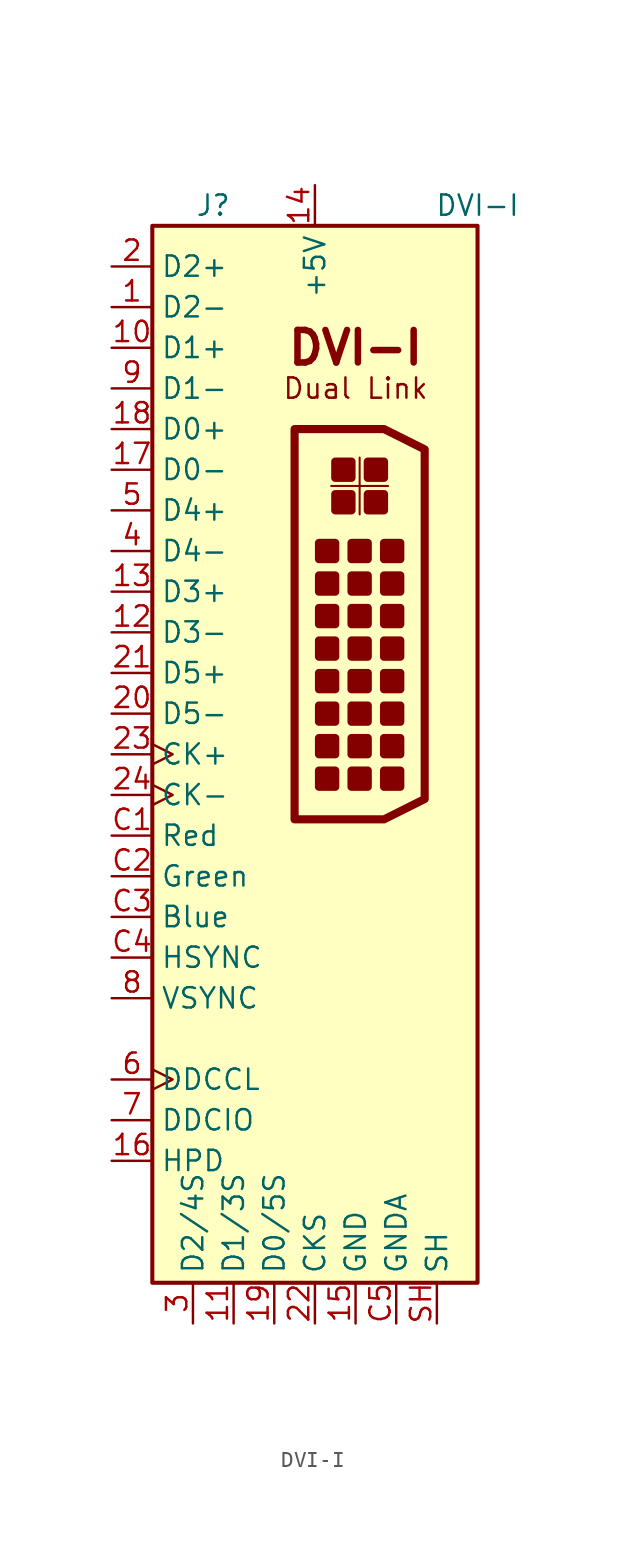
<source format=kicad_sym>
(kicad_symbol_lib
  (version 20231120)
  (generator "kicad_symbol_editor")
  (generator_version "8.0")
  (symbol "DVI-I"
    (property "Reference" "J"
      (at -6.35 34.29 0)
      (effects (font (size 1.27 1.27))))
    (property "Value" "DVI-I"
      (at 10.16 34.29 0)
      (effects (font (size 1.27 1.27))))
    (symbol "DVI-I_0_0"
      (polyline (pts (xy -1.27 20.32) (xy 4.318 20.32) (xy 6.858 19.05) (xy 6.858 -2.794) (xy 4.318 -4.064) (xy -1.27 -4.064) (xy -1.27 20.32)) (stroke (width 0.508) (type solid)) (fill (type none)))
      (text "Dual Link" (at 2.54 22.86 0) (effects (font (size 1.27 1.27))))
      (text "DVI-I" (at 2.54 25.4 0) (effects (font (size 2.032 2.032) (bold yes)))))
    (symbol "DVI-I_0_1"
      (rectangle (start -10.16 33.02) (end 10.16 -33.02) (stroke (width 0.254) (type solid)) (fill (type background))))
    (symbol "DVI-I_1_1"
      (polyline (pts (xy 1.016 16.764) (xy 4.572 16.764)) (stroke (width 0.127) (type solid)) (fill (type none)))
      (polyline (pts (xy 2.794 18.542) (xy 2.794 14.986)) (stroke (width 0.127) (type solid)) (fill (type none)))
      (rectangle (start 0.254 -1.016) (end 1.27 -2.032) (stroke (width 0.508) (type solid)) (fill (type outline)))
      (rectangle (start 0.254 1.016) (end 1.27 0) (stroke (width 0.508) (type solid)) (fill (type outline)))
      (rectangle (start 0.254 3.048) (end 1.27 2.032) (stroke (width 0.508) (type solid)) (fill (type outline)))
      (rectangle (start 0.254 5.08) (end 1.27 4.064) (stroke (width 0.508) (type solid)) (fill (type outline)))
      (rectangle (start 0.254 7.112) (end 1.27 6.096) (stroke (width 0.508) (type solid)) (fill (type outline)))
      (rectangle (start 0.254 9.144) (end 1.27 8.128) (stroke (width 0.508) (type solid)) (fill (type outline)))
      (rectangle (start 0.254 11.176) (end 1.27 10.16) (stroke (width 0.508) (type solid)) (fill (type outline)))
      (rectangle (start 0.254 13.208) (end 1.27 12.192) (stroke (width 0.508) (type solid)) (fill (type outline)))
      (rectangle (start 1.27 16.256) (end 2.286 15.24) (stroke (width 0.508) (type solid)) (fill (type outline)))
      (rectangle (start 1.27 18.288) (end 2.286 17.272) (stroke (width 0.508) (type solid)) (fill (type outline)))
      (rectangle (start 2.286 -1.016) (end 3.302 -2.032) (stroke (width 0.508) (type solid)) (fill (type outline)))
      (rectangle (start 2.286 1.016) (end 3.302 0) (stroke (width 0.508) (type solid)) (fill (type outline)))
      (rectangle (start 2.286 3.048) (end 3.302 2.032) (stroke (width 0.508) (type solid)) (fill (type outline)))
      (rectangle (start 2.286 5.08) (end 3.302 4.064) (stroke (width 0.508) (type solid)) (fill (type outline)))
      (rectangle (start 2.286 7.112) (end 3.302 6.096) (stroke (width 0.508) (type solid)) (fill (type outline)))
      (rectangle (start 2.286 9.144) (end 3.302 8.128) (stroke (width 0.508) (type solid)) (fill (type outline)))
      (rectangle (start 2.286 11.176) (end 3.302 10.16) (stroke (width 0.508) (type solid)) (fill (type outline)))
      (rectangle (start 2.286 13.208) (end 3.302 12.192) (stroke (width 0.508) (type solid)) (fill (type outline)))
      (rectangle (start 3.302 16.256) (end 4.318 15.24) (stroke (width 0.508) (type solid)) (fill (type outline)))
      (rectangle (start 3.302 18.288) (end 4.318 17.272) (stroke (width 0.508) (type solid)) (fill (type outline)))
      (rectangle (start 4.318 -1.016) (end 5.334 -2.032) (stroke (width 0.508) (type solid)) (fill (type outline)))
      (rectangle (start 4.318 1.016) (end 5.334 0) (stroke (width 0.508) (type solid)) (fill (type outline)))
      (rectangle (start 4.318 3.048) (end 5.334 2.032) (stroke (width 0.508) (type solid)) (fill (type outline)))
      (rectangle (start 4.318 5.08) (end 5.334 4.064) (stroke (width 0.508) (type solid)) (fill (type outline)))
      (rectangle (start 4.318 7.112) (end 5.334 6.096) (stroke (width 0.508) (type solid)) (fill (type outline)))
      (rectangle (start 4.318 9.144) (end 5.334 8.128) (stroke (width 0.508) (type solid)) (fill (type outline)))
      (rectangle (start 4.318 11.176) (end 5.334 10.16) (stroke (width 0.508) (type solid)) (fill (type outline)))
      (rectangle (start 4.318 13.208) (end 5.334 12.192) (stroke (width 0.508) (type solid)) (fill (type outline)))
      (pin passive line (at -12.7 27.94 0) (length 2.54) (name "D2-" (effects (font (size 1.27 1.27)))) (number "1" (effects (font (size 1.27 1.27)))))
      (pin passive line (at -12.7 25.4 0) (length 2.54) (name "D1+" (effects (font (size 1.27 1.27)))) (number "10" (effects (font (size 1.27 1.27)))))
      (pin passive line (at -5.08 -35.56 90) (length 2.54) (name "D1/3S" (effects (font (size 1.27 1.27)))) (number "11" (effects (font (size 1.27 1.27)))))
      (pin passive line (at -12.7 7.62 0) (length 2.54) (name "D3-" (effects (font (size 1.27 1.27)))) (number "12" (effects (font (size 1.27 1.27)))))
      (pin passive line (at -12.7 10.16 0) (length 2.54) (name "D3+" (effects (font (size 1.27 1.27)))) (number "13" (effects (font (size 1.27 1.27)))))
      (pin power_in line (at 0 35.56 270) (length 2.54) (name "+5V" (effects (font (size 1.27 1.27)))) (number "14" (effects (font (size 1.27 1.27)))))
      (pin power_in line (at 2.54 -35.56 90) (length 2.54) (name "GND" (effects (font (size 1.27 1.27)))) (number "15" (effects (font (size 1.27 1.27)))))
      (pin passive line (at -12.7 -25.4 0) (length 2.54) (name "HPD" (effects (font (size 1.27 1.27)))) (number "16" (effects (font (size 1.27 1.27)))))
      (pin passive line (at -12.7 17.78 0) (length 2.54) (name "D0-" (effects (font (size 1.27 1.27)))) (number "17" (effects (font (size 1.27 1.27)))))
      (pin passive line (at -12.7 20.32 0) (length 2.54) (name "D0+" (effects (font (size 1.27 1.27)))) (number "18" (effects (font (size 1.27 1.27)))))
      (pin passive line (at -2.54 -35.56 90) (length 2.54) (name "D0/5S" (effects (font (size 1.27 1.27)))) (number "19" (effects (font (size 1.27 1.27)))))
      (pin passive line (at -12.7 30.48 0) (length 2.54) (name "D2+" (effects (font (size 1.27 1.27)))) (number "2" (effects (font (size 1.27 1.27)))))
      (pin passive line (at -12.7 2.54 0) (length 2.54) (name "D5-" (effects (font (size 1.27 1.27)))) (number "20" (effects (font (size 1.27 1.27)))))
      (pin passive line (at -12.7 5.08 0) (length 2.54) (name "D5+" (effects (font (size 1.27 1.27)))) (number "21" (effects (font (size 1.27 1.27)))))
      (pin passive line (at 0 -35.56 90) (length 2.54) (name "CKS" (effects (font (size 1.27 1.27)))) (number "22" (effects (font (size 1.27 1.27)))))
      (pin passive clock (at -12.7 0 0) (length 2.54) (name "CK+" (effects (font (size 1.27 1.27)))) (number "23" (effects (font (size 1.27 1.27)))))
      (pin passive clock (at -12.7 -2.54 0) (length 2.54) (name "CK-" (effects (font (size 1.27 1.27)))) (number "24" (effects (font (size 1.27 1.27)))))
      (pin passive line (at -7.62 -35.56 90) (length 2.54) (name "D2/4S" (effects (font (size 1.27 1.27)))) (number "3" (effects (font (size 1.27 1.27)))))
      (pin passive line (at -12.7 12.7 0) (length 2.54) (name "D4-" (effects (font (size 1.27 1.27)))) (number "4" (effects (font (size 1.27 1.27)))))
      (pin passive line (at -12.7 15.24 0) (length 2.54) (name "D4+" (effects (font (size 1.27 1.27)))) (number "5" (effects (font (size 1.27 1.27)))))
      (pin passive clock (at -12.7 -20.32 0) (length 2.54) (name "DDCCL" (effects (font (size 1.27 1.27)))) (number "6" (effects (font (size 1.27 1.27)))))
      (pin bidirectional line (at -12.7 -22.86 0) (length 2.54) (name "DDCIO" (effects (font (size 1.27 1.27)))) (number "7" (effects (font (size 1.27 1.27)))))
      (pin passive line (at -12.7 -15.24 0) (length 2.54) (name "VSYNC" (effects (font (size 1.27 1.27)))) (number "8" (effects (font (size 1.27 1.27)))))
      (pin passive line (at -12.7 22.86 0) (length 2.54) (name "D1-" (effects (font (size 1.27 1.27)))) (number "9" (effects (font (size 1.27 1.27)))))
      (pin passive line (at -12.7 -5.08 0) (length 2.54) (name "Red" (effects (font (size 1.27 1.27)))) (number "C1" (effects (font (size 1.27 1.27)))))
      (pin passive line (at -12.7 -7.62 0) (length 2.54) (name "Green" (effects (font (size 1.27 1.27)))) (number "C2" (effects (font (size 1.27 1.27)))))
      (pin passive line (at -12.7 -10.16 0) (length 2.54) (name "Blue" (effects (font (size 1.27 1.27)))) (number "C3" (effects (font (size 1.27 1.27)))))
      (pin passive line (at -12.7 -12.7 0) (length 2.54) (name "HSYNC" (effects (font (size 1.27 1.27)))) (number "C4" (effects (font (size 1.27 1.27)))))
      (pin power_in line (at 5.08 -35.56 90) (length 2.54) (name "GNDA" (effects (font (size 1.27 1.27)))) (number "C5" (effects (font (size 1.27 1.27)))))
      (pin passive line (at 7.62 -35.56 90) (length 2.54) (name "SH" (effects (font (size 1.27 1.27)))) (number "SH" (effects (font (size 1.27 1.27))))))))
</source>
